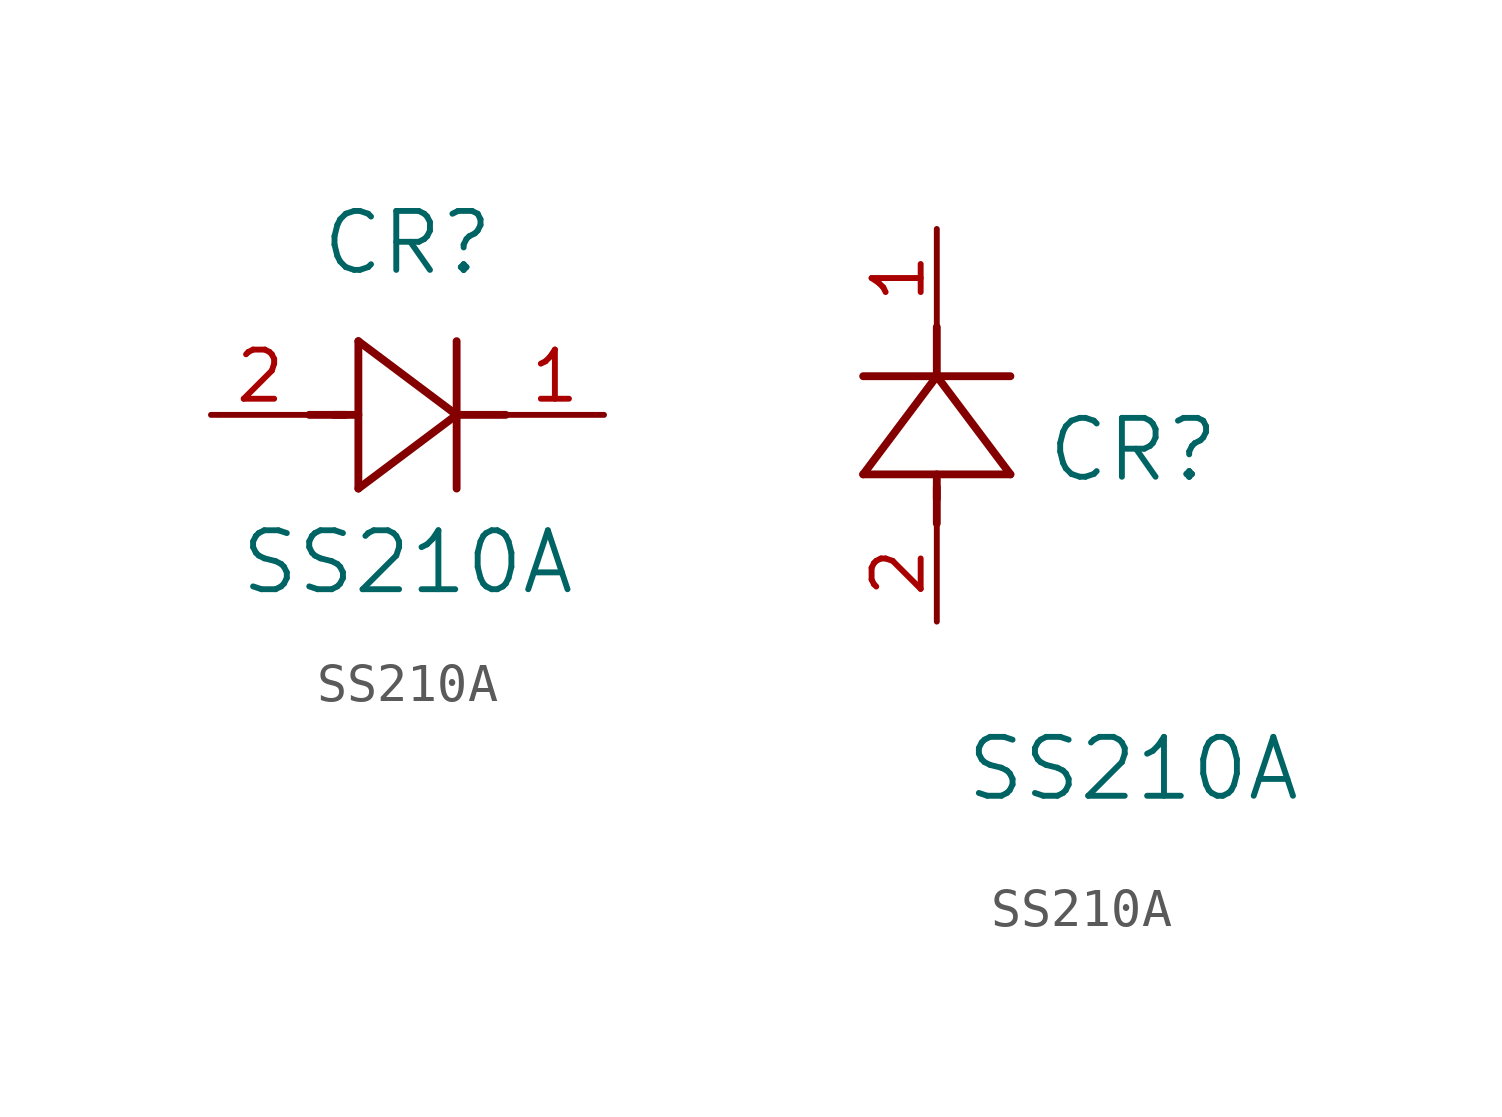
<source format=kicad_sym>
(kicad_symbol_lib
  (version 20211014)
  (generator kicad_symbol_editor)
  (symbol "SS210A"
    (pin_names
      (offset 0.254))
    (property "Reference" "CR"
      (at 5.08 4.445 0)
      (effects (font (size 1.524 1.524))))
    (property "Value" "SS210A"
      (at 5.08 -3.81 0)
      (effects (font (size 1.524 1.524))))
    (symbol "SS210A_1_1"
      (polyline (pts (xy 2.54 0) (xy 3.48 0)) (stroke (width 0.203) (type default) (color 0 0 0 0)) (fill (type none)))
      (polyline (pts (xy 3.81 1.905) (xy 3.81 -1.905)) (stroke (width 0.203) (type default) (color 0 0 0 0)) (fill (type none)))
      (polyline (pts (xy 3.175 0) (xy 3.81 0)) (stroke (width 0.203) (type default) (color 0 0 0 0)) (fill (type none)))
      (polyline (pts (xy 6.35 -1.905) (xy 6.35 1.905)) (stroke (width 0.203) (type default) (color 0 0 0 0)) (fill (type none)))
      (polyline (pts (xy 6.35 0) (xy 7.62 0)) (stroke (width 0.203) (type default) (color 0 0 0 0)) (fill (type none)))
      (polyline (pts (xy 6.35 0) (xy 3.81 1.905)) (stroke (width 0.203) (type default) (color 0 0 0 0)) (fill (type none)))
      (polyline (pts (xy 3.81 -1.905) (xy 6.35 0)) (stroke (width 0.203) (type default) (color 0 0 0 0)) (fill (type none)))
      (pin unspecified line (at 0 0 0) (length 2.54) (name "" (effects (font (size 1.27 1.27)))) (number "2" (effects (font (size 1.27 1.27)))))
      (pin unspecified line (at 10.16 0 180) (length 2.54) (name "" (effects (font (size 1.27 1.27)))) (number "1" (effects (font (size 1.27 1.27))))))
    (symbol "SS210A_1_2"
      (polyline (pts (xy 0 2.54) (xy 0 3.48)) (stroke (width 0.203) (type default) (color 0 0 0 0)) (fill (type none)))
      (polyline (pts (xy -1.905 3.81) (xy 1.905 3.81)) (stroke (width 0.203) (type default) (color 0 0 0 0)) (fill (type none)))
      (polyline (pts (xy 0 3.175) (xy 0 3.81)) (stroke (width 0.203) (type default) (color 0 0 0 0)) (fill (type none)))
      (polyline (pts (xy 1.905 6.35) (xy -1.905 6.35)) (stroke (width 0.203) (type default) (color 0 0 0 0)) (fill (type none)))
      (polyline (pts (xy 0 6.35) (xy 0 7.62)) (stroke (width 0.203) (type default) (color 0 0 0 0)) (fill (type none)))
      (polyline (pts (xy 0 6.35) (xy -1.905 3.81)) (stroke (width 0.203) (type default) (color 0 0 0 0)) (fill (type none)))
      (polyline (pts (xy 1.905 3.81) (xy 0 6.35)) (stroke (width 0.203) (type default) (color 0 0 0 0)) (fill (type none)))
      (pin unspecified line (at 0 0 90) (length 2.54) (name "" (effects (font (size 1.27 1.27)))) (number "2" (effects (font (size 1.27 1.27)))))
      (pin unspecified line (at 0 10.16 270) (length 2.54) (name "" (effects (font (size 1.27 1.27)))) (number "1" (effects (font (size 1.27 1.27))))))))
</source>
